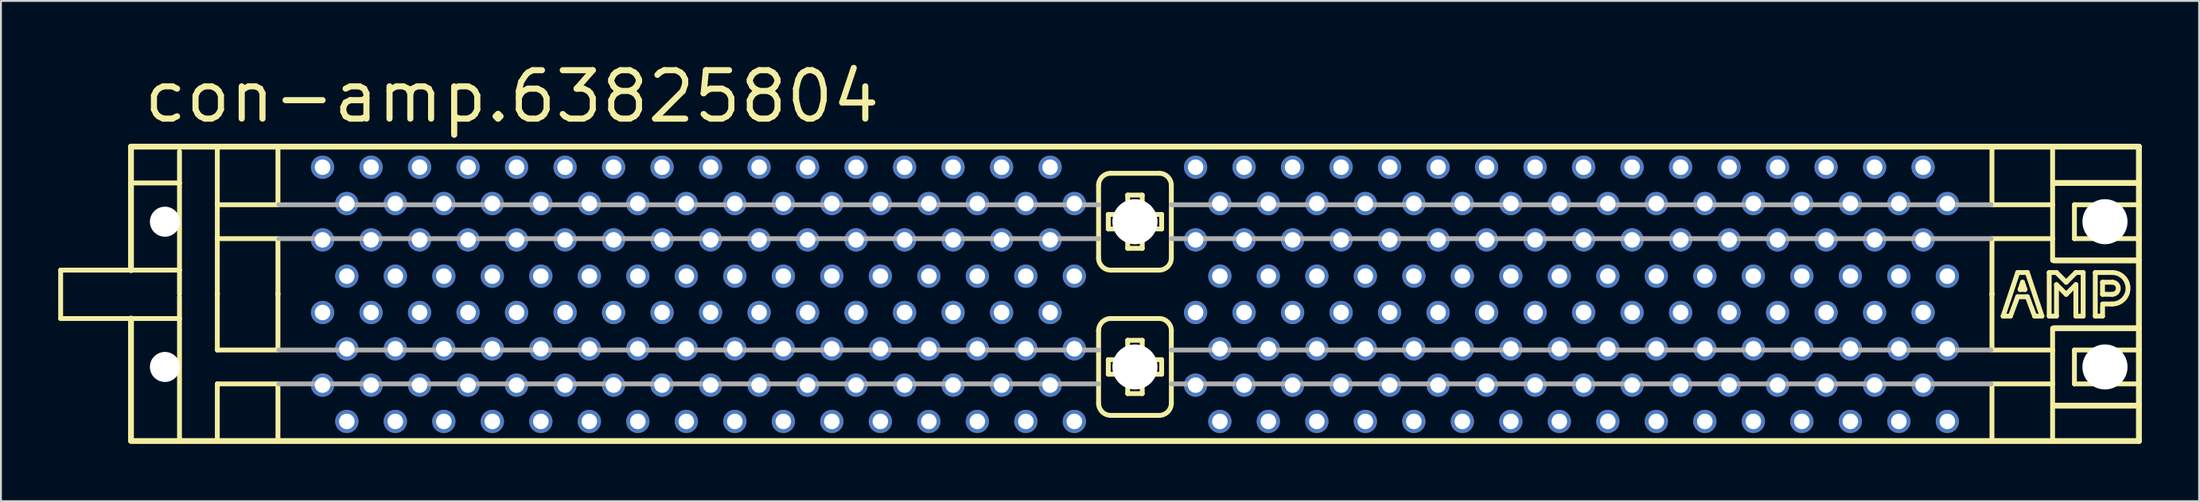
<source format=kicad_pcb>
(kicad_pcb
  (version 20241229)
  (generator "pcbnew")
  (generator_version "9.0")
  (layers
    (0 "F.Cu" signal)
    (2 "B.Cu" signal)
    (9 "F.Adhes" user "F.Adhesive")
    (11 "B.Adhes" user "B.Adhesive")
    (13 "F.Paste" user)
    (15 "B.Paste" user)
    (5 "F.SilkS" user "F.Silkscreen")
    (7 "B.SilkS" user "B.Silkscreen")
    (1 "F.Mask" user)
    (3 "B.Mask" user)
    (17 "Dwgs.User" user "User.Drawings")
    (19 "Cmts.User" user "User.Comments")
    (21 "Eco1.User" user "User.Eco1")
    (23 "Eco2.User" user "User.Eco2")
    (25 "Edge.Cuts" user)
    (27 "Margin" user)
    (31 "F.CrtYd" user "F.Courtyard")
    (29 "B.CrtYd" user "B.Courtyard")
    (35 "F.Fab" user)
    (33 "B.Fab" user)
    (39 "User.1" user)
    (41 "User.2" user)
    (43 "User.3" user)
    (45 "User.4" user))
  (footprint "con-amp.63825804"
    (layer "F.Cu")
    (at 56.388 12.39)
    (property "Reference" "con-amp.63825804" (at -52.07 -8.89 0) (layer "F.SilkS") (effects (font (size 2.54 2.54) (thickness 0.32)) (justify left bottom)))
    (attr through_hole)
    (fp_line (start -56.261 -1.27) (end -56.261 1.27) (stroke (width 0.254) (type default)) (layer "F.SilkS"))
    (fp_line (start -56.261 1.27) (end -52.578 1.27) (stroke (width 0.254) (type default)) (layer "F.SilkS"))
    (fp_line (start -52.578 -7.747) (end -52.578 -1.27) (stroke (width 0.305) (type default)) (layer "F.SilkS"))
    (fp_line (start -52.578 -7.747) (end 52.578 -7.747) (stroke (width 0.305) (type default)) (layer "F.SilkS"))
    (fp_line (start -52.578 -1.27) (end -56.261 -1.27) (stroke (width 0.254) (type default)) (layer "F.SilkS"))
    (fp_line (start -52.578 -1.27) (end -50.038 -1.27) (stroke (width 0.254) (type default)) (layer "F.SilkS"))
    (fp_line (start -52.578 1.27) (end -52.578 7.62) (stroke (width 0.305) (type default)) (layer "F.SilkS"))
    (fp_line (start -52.578 1.27) (end -50.038 1.27) (stroke (width 0.254) (type default)) (layer "F.SilkS"))
    (fp_line (start -52.451 -5.842) (end -50.038 -5.842) (stroke (width 0.254) (type default)) (layer "F.SilkS"))
    (fp_line (start -50.038 -7.493) (end -50.038 -5.842) (stroke (width 0.254) (type default)) (layer "F.SilkS"))
    (fp_line (start -50.038 -5.842) (end -50.038 -1.27) (stroke (width 0.254) (type default)) (layer "F.SilkS"))
    (fp_line (start -50.038 -1.27) (end -50.038 0) (stroke (width 0.254) (type default)) (layer "F.SilkS"))
    (fp_line (start -50.038 0.127) (end -50.038 1.27) (stroke (width 0.254) (type default)) (layer "F.SilkS"))
    (fp_line (start -50.038 1.27) (end -50.038 7.62) (stroke (width 0.254) (type default)) (layer "F.SilkS"))
    (fp_line (start -48.057 -7.671) (end -48.057 -4.699) (stroke (width 0.254) (type default)) (layer "F.SilkS"))
    (fp_line (start -48.057 -4.699) (end -48.057 -2.921) (stroke (width 0.254) (type default)) (layer "F.SilkS"))
    (fp_line (start -48.057 -4.699) (end -44.958 -4.699) (stroke (width 0.254) (type default)) (layer "F.SilkS"))
    (fp_line (start -48.057 -2.921) (end -48.057 0) (stroke (width 0.254) (type default)) (layer "F.SilkS"))
    (fp_line (start -48.057 -2.921) (end -44.958 -2.921) (stroke (width 0.254) (type default)) (layer "F.SilkS"))
    (fp_line (start -48.057 -0.051) (end -48.057 0) (stroke (width 0.254) (type default)) (layer "F.SilkS"))
    (fp_line (start -48.057 0) (end -48.057 2.921) (stroke (width 0.254) (type default)) (layer "F.SilkS"))
    (fp_line (start -48.057 2.921) (end -44.958 2.921) (stroke (width 0.254) (type default)) (layer "F.SilkS"))
    (fp_line (start -48.057 4.699) (end -48.057 7.62) (stroke (width 0.254) (type default)) (layer "F.SilkS"))
    (fp_line (start -48.057 4.699) (end -44.958 4.699) (stroke (width 0.254) (type default)) (layer "F.SilkS"))
    (fp_line (start -44.882 -7.671) (end -44.882 -4.699) (stroke (width 0.254) (type default)) (layer "F.SilkS"))
    (fp_line (start -44.882 -2.921) (end -44.882 0) (stroke (width 0.254) (type default)) (layer "F.SilkS"))
    (fp_line (start -44.882 -0.051) (end -44.882 0) (stroke (width 0.254) (type default)) (layer "F.SilkS"))
    (fp_line (start -44.882 0) (end -44.882 2.921) (stroke (width 0.254) (type default)) (layer "F.SilkS"))
    (fp_line (start -44.882 4.699) (end -44.882 7.62) (stroke (width 0.254) (type default)) (layer "F.SilkS"))
    (fp_line (start -1.905 -5.715) (end -1.905 -1.905) (stroke (width 0.254) (type default)) (layer "F.SilkS"))
    (fp_line (start -1.905 1.905) (end -1.905 5.715) (stroke (width 0.254) (type default)) (layer "F.SilkS"))
    (fp_line (start -1.397 -4.191) (end -1.397 -3.429) (stroke (width 0.254) (type default)) (layer "F.SilkS"))
    (fp_line (start -1.397 -3.429) (end -0.381 -3.429) (stroke (width 0.254) (type default)) (layer "F.SilkS"))
    (fp_line (start -1.397 3.429) (end -1.397 4.191) (stroke (width 0.254) (type default)) (layer "F.SilkS"))
    (fp_line (start -1.397 4.191) (end -0.381 4.191) (stroke (width 0.254) (type default)) (layer "F.SilkS"))
    (fp_line (start -1.27 -1.27) (end 1.27 -1.27) (stroke (width 0.254) (type default)) (layer "F.SilkS"))
    (fp_line (start -1.27 6.35) (end 1.27 6.35) (stroke (width 0.254) (type default)) (layer "F.SilkS"))
    (fp_line (start -0.381 -5.207) (end -0.381 -4.191) (stroke (width 0.254) (type default)) (layer "F.SilkS"))
    (fp_line (start -0.381 -4.191) (end -1.397 -4.191) (stroke (width 0.254) (type default)) (layer "F.SilkS"))
    (fp_line (start -0.381 -3.429) (end -0.381 -2.413) (stroke (width 0.254) (type default)) (layer "F.SilkS"))
    (fp_line (start -0.381 -2.413) (end 0.381 -2.413) (stroke (width 0.254) (type default)) (layer "F.SilkS"))
    (fp_line (start -0.381 2.413) (end -0.381 3.429) (stroke (width 0.254) (type default)) (layer "F.SilkS"))
    (fp_line (start -0.381 3.429) (end -1.397 3.429) (stroke (width 0.254) (type default)) (layer "F.SilkS"))
    (fp_line (start -0.381 4.191) (end -0.381 5.207) (stroke (width 0.254) (type default)) (layer "F.SilkS"))
    (fp_line (start -0.381 5.207) (end 0.381 5.207) (stroke (width 0.254) (type default)) (layer "F.SilkS"))
    (fp_line (start 0.381 -5.207) (end -0.381 -5.207) (stroke (width 0.254) (type default)) (layer "F.SilkS"))
    (fp_line (start 0.381 -4.191) (end 0.381 -5.207) (stroke (width 0.254) (type default)) (layer "F.SilkS"))
    (fp_line (start 0.381 -3.429) (end 1.397 -3.429) (stroke (width 0.254) (type default)) (layer "F.SilkS"))
    (fp_line (start 0.381 -2.413) (end 0.381 -3.429) (stroke (width 0.254) (type default)) (layer "F.SilkS"))
    (fp_line (start 0.381 2.413) (end -0.381 2.413) (stroke (width 0.254) (type default)) (layer "F.SilkS"))
    (fp_line (start 0.381 3.429) (end 0.381 2.413) (stroke (width 0.254) (type default)) (layer "F.SilkS"))
    (fp_line (start 0.381 4.191) (end 1.397 4.191) (stroke (width 0.254) (type default)) (layer "F.SilkS"))
    (fp_line (start 0.381 5.207) (end 0.381 4.191) (stroke (width 0.254) (type default)) (layer "F.SilkS"))
    (fp_line (start 1.27 -6.35) (end -1.27 -6.35) (stroke (width 0.254) (type default)) (layer "F.SilkS"))
    (fp_line (start 1.27 1.27) (end -1.27 1.27) (stroke (width 0.254) (type default)) (layer "F.SilkS"))
    (fp_line (start 1.397 -4.191) (end 0.381 -4.191) (stroke (width 0.254) (type default)) (layer "F.SilkS"))
    (fp_line (start 1.397 -3.429) (end 1.397 -4.191) (stroke (width 0.254) (type default)) (layer "F.SilkS"))
    (fp_line (start 1.397 3.429) (end 0.381 3.429) (stroke (width 0.254) (type default)) (layer "F.SilkS"))
    (fp_line (start 1.397 4.191) (end 1.397 3.429) (stroke (width 0.254) (type default)) (layer "F.SilkS"))
    (fp_line (start 1.905 -1.905) (end 1.905 -5.715) (stroke (width 0.254) (type default)) (layer "F.SilkS"))
    (fp_line (start 1.905 5.715) (end 1.905 1.905) (stroke (width 0.254) (type default)) (layer "F.SilkS"))
    (fp_line (start 44.882 -7.671) (end 44.882 -4.699) (stroke (width 0.254) (type default)) (layer "F.SilkS"))
    (fp_line (start 44.882 -2.921) (end 44.882 0) (stroke (width 0.254) (type default)) (layer "F.SilkS"))
    (fp_line (start 44.882 -0.051) (end 44.882 0) (stroke (width 0.254) (type default)) (layer "F.SilkS"))
    (fp_line (start 44.882 0) (end 44.882 2.921) (stroke (width 0.254) (type default)) (layer "F.SilkS"))
    (fp_line (start 44.882 4.699) (end 44.882 7.62) (stroke (width 0.254) (type default)) (layer "F.SilkS"))
    (fp_line (start 45.466 1.143) (end 46.228 -1.143) (stroke (width 0.254) (type default)) (layer "F.SilkS"))
    (fp_line (start 45.847 1.143) (end 45.466 1.143) (stroke (width 0.254) (type default)) (layer "F.SilkS"))
    (fp_line (start 46.228 -1.143) (end 46.736 -1.143) (stroke (width 0.254) (type default)) (layer "F.SilkS"))
    (fp_line (start 46.228 0.127) (end 45.847 1.143) (stroke (width 0.254) (type default)) (layer "F.SilkS"))
    (fp_line (start 46.355 -0.254) (end 46.609 -0.254) (stroke (width 0.254) (type default)) (layer "F.SilkS"))
    (fp_line (start 46.482 -0.635) (end 46.355 -0.254) (stroke (width 0.254) (type default)) (layer "F.SilkS"))
    (fp_line (start 46.609 -0.254) (end 46.482 -0.635) (stroke (width 0.254) (type default)) (layer "F.SilkS"))
    (fp_line (start 46.736 -1.143) (end 47.498 1.143) (stroke (width 0.254) (type default)) (layer "F.SilkS"))
    (fp_line (start 46.736 0.127) (end 46.228 0.127) (stroke (width 0.254) (type default)) (layer "F.SilkS"))
    (fp_line (start 47.117 1.143) (end 46.736 0.127) (stroke (width 0.254) (type default)) (layer "F.SilkS"))
    (fp_line (start 47.498 1.143) (end 47.117 1.143) (stroke (width 0.254) (type default)) (layer "F.SilkS"))
    (fp_line (start 47.879 -1.143) (end 48.26 -1.143) (stroke (width 0.254) (type default)) (layer "F.SilkS"))
    (fp_line (start 47.879 1.143) (end 47.879 -1.143) (stroke (width 0.254) (type default)) (layer "F.SilkS"))
    (fp_line (start 48.057 -7.671) (end 48.057 -4.699) (stroke (width 0.254) (type default)) (layer "F.SilkS"))
    (fp_line (start 48.057 -4.699) (end 44.958 -4.699) (stroke (width 0.254) (type default)) (layer "F.SilkS"))
    (fp_line (start 48.057 -4.699) (end 48.057 -2.921) (stroke (width 0.254) (type default)) (layer "F.SilkS"))
    (fp_line (start 48.057 -2.921) (end 44.958 -2.921) (stroke (width 0.254) (type default)) (layer "F.SilkS"))
    (fp_line (start 48.057 -2.921) (end 48.057 -1.778) (stroke (width 0.254) (type default)) (layer "F.SilkS"))
    (fp_line (start 48.057 1.778) (end 48.057 2.921) (stroke (width 0.254) (type default)) (layer "F.SilkS"))
    (fp_line (start 48.057 2.921) (end 44.958 2.921) (stroke (width 0.254) (type default)) (layer "F.SilkS"))
    (fp_line (start 48.057 2.921) (end 48.057 4.699) (stroke (width 0.254) (type default)) (layer "F.SilkS"))
    (fp_line (start 48.057 4.699) (end 44.958 4.699) (stroke (width 0.254) (type default)) (layer "F.SilkS"))
    (fp_line (start 48.057 4.699) (end 48.057 7.62) (stroke (width 0.254) (type default)) (layer "F.SilkS"))
    (fp_line (start 48.26 -1.143) (end 48.768 -0.635) (stroke (width 0.254) (type default)) (layer "F.SilkS"))
    (fp_line (start 48.26 -0.508) (end 48.26 1.143) (stroke (width 0.254) (type default)) (layer "F.SilkS"))
    (fp_line (start 48.26 1.143) (end 47.879 1.143) (stroke (width 0.254) (type default)) (layer "F.SilkS"))
    (fp_line (start 48.768 -0.635) (end 49.276 -1.143) (stroke (width 0.254) (type default)) (layer "F.SilkS"))
    (fp_line (start 48.768 0) (end 48.26 -0.508) (stroke (width 0.254) (type default)) (layer "F.SilkS"))
    (fp_line (start 49.2 -4.699) (end 49.2 -2.921) (stroke (width 0.254) (type default)) (layer "F.SilkS"))
    (fp_line (start 49.2 2.921) (end 49.2 4.699) (stroke (width 0.254) (type default)) (layer "F.SilkS"))
    (fp_line (start 49.276 -1.143) (end 49.657 -1.143) (stroke (width 0.254) (type default)) (layer "F.SilkS"))
    (fp_line (start 49.276 -0.508) (end 48.768 0) (stroke (width 0.254) (type default)) (layer "F.SilkS"))
    (fp_line (start 49.276 1.143) (end 49.276 -0.508) (stroke (width 0.254) (type default)) (layer "F.SilkS"))
    (fp_line (start 49.657 -1.143) (end 49.657 1.143) (stroke (width 0.254) (type default)) (layer "F.SilkS"))
    (fp_line (start 49.657 1.143) (end 49.276 1.143) (stroke (width 0.254) (type default)) (layer "F.SilkS"))
    (fp_line (start 50.292 -1.143) (end 51.181 -1.143) (stroke (width 0.254) (type default)) (layer "F.SilkS"))
    (fp_line (start 50.292 1.143) (end 50.292 -1.143) (stroke (width 0.254) (type default)) (layer "F.SilkS"))
    (fp_line (start 50.292 1.143) (end 50.673 1.143) (stroke (width 0.254) (type default)) (layer "F.SilkS"))
    (fp_line (start 50.673 -0.635) (end 51.181 -0.635) (stroke (width 0.254) (type default)) (layer "F.SilkS"))
    (fp_line (start 50.673 0) (end 50.673 -0.635) (stroke (width 0.254) (type default)) (layer "F.SilkS"))
    (fp_line (start 50.673 0.508) (end 51.181 0.508) (stroke (width 0.254) (type default)) (layer "F.SilkS"))
    (fp_line (start 50.673 1.143) (end 50.673 0.635) (stroke (width 0.254) (type default)) (layer "F.SilkS"))
    (fp_line (start 51.181 0) (end 50.673 0) (stroke (width 0.254) (type default)) (layer "F.SilkS"))
    (fp_line (start 52.578 -7.747) (end 52.578 -5.842) (stroke (width 0.305) (type default)) (layer "F.SilkS"))
    (fp_line (start 52.578 -5.842) (end 48.133 -5.842) (stroke (width 0.305) (type default)) (layer "F.SilkS"))
    (fp_line (start 52.578 -5.842) (end 52.578 -4.699) (stroke (width 0.305) (type default)) (layer "F.SilkS"))
    (fp_line (start 52.578 -4.699) (end 49.2 -4.699) (stroke (width 0.254) (type default)) (layer "F.SilkS"))
    (fp_line (start 52.578 -4.699) (end 52.578 -2.921) (stroke (width 0.305) (type default)) (layer "F.SilkS"))
    (fp_line (start 52.578 -2.921) (end 49.2 -2.921) (stroke (width 0.254) (type default)) (layer "F.SilkS"))
    (fp_line (start 52.578 -2.921) (end 52.578 -1.778) (stroke (width 0.305) (type default)) (layer "F.SilkS"))
    (fp_line (start 52.578 -1.778) (end 48.133 -1.778) (stroke (width 0.305) (type default)) (layer "F.SilkS"))
    (fp_line (start 52.578 -1.778) (end 52.578 1.778) (stroke (width 0.305) (type default)) (layer "F.SilkS"))
    (fp_line (start 52.578 1.778) (end 48.133 1.778) (stroke (width 0.305) (type default)) (layer "F.SilkS"))
    (fp_line (start 52.578 1.778) (end 52.578 2.921) (stroke (width 0.305) (type default)) (layer "F.SilkS"))
    (fp_line (start 52.578 2.921) (end 49.2 2.921) (stroke (width 0.254) (type default)) (layer "F.SilkS"))
    (fp_line (start 52.578 2.921) (end 52.578 4.699) (stroke (width 0.305) (type default)) (layer "F.SilkS"))
    (fp_line (start 52.578 4.699) (end 49.2 4.699) (stroke (width 0.254) (type default)) (layer "F.SilkS"))
    (fp_line (start 52.578 4.699) (end 52.578 5.842) (stroke (width 0.305) (type default)) (layer "F.SilkS"))
    (fp_line (start 52.578 5.842) (end 48.133 5.842) (stroke (width 0.305) (type default)) (layer "F.SilkS"))
    (fp_line (start 52.578 5.842) (end 52.578 7.696) (stroke (width 0.305) (type default)) (layer "F.SilkS"))
    (fp_line (start 52.578 7.696) (end -52.578 7.696) (stroke (width 0.305) (type default)) (layer "F.SilkS"))
    (fp_arc (start -1.905 -5.715) (mid -1.719013 -6.164013) (end -1.27 -6.35) (stroke (width 0.254) (type default)) (layer "F.SilkS"))
    (fp_arc (start -1.905 1.905) (mid -1.719013 1.455987) (end -1.27 1.27) (stroke (width 0.254) (type default)) (layer "F.SilkS"))
    (fp_arc (start -1.27 -1.27) (mid -1.719013 -1.455987) (end -1.905 -1.905) (stroke (width 0.254) (type default)) (layer "F.SilkS"))
    (fp_arc (start -1.27 6.35) (mid -1.719013 6.164013) (end -1.905 5.715) (stroke (width 0.254) (type default)) (layer "F.SilkS"))
    (fp_arc (start 1.27 -6.35) (mid 1.719013 -6.164013) (end 1.905 -5.715) (stroke (width 0.254) (type default)) (layer "F.SilkS"))
    (fp_arc (start 1.27 1.27) (mid 1.719013 1.455987) (end 1.905 1.905) (stroke (width 0.254) (type default)) (layer "F.SilkS"))
    (fp_arc (start 1.905 -1.905) (mid 1.719013 -1.455987) (end 1.27 -1.27) (stroke (width 0.254) (type default)) (layer "F.SilkS"))
    (fp_arc (start 1.905 5.715) (mid 1.719013 6.164013) (end 1.27 6.35) (stroke (width 0.254) (type default)) (layer "F.SilkS"))
    (fp_arc (start 51.181 -1.143) (mid 52.0065 -0.3175) (end 51.181 0.508) (stroke (width 0.254) (type default)) (layer "F.SilkS"))
    (fp_arc (start 51.181 -0.635) (mid 51.4985 -0.3175) (end 51.181 0) (stroke (width 0.254) (type default)) (layer "F.SilkS"))
    (fp_line (start -44.831 -4.699) (end -1.905 -4.699) (stroke (width 0.254) (type default)) (layer "F.Fab"))
    (fp_line (start -44.831 -2.921) (end -1.905 -2.921) (stroke (width 0.254) (type default)) (layer "F.Fab"))
    (fp_line (start -44.831 2.921) (end -1.905 2.921) (stroke (width 0.254) (type default)) (layer "F.Fab"))
    (fp_line (start -44.831 4.699) (end -1.905 4.699) (stroke (width 0.254) (type default)) (layer "F.Fab"))
    (fp_line (start 1.905 -4.699) (end 44.831 -4.699) (stroke (width 0.254) (type default)) (layer "F.Fab"))
    (fp_line (start 1.905 -2.921) (end 44.831 -2.921) (stroke (width 0.254) (type default)) (layer "F.Fab"))
    (fp_line (start 1.905 2.921) (end 44.831 2.921) (stroke (width 0.254) (type default)) (layer "F.Fab"))
    (fp_line (start 1.905 4.699) (end 44.831 4.699) (stroke (width 0.254) (type default)) (layer "F.Fab"))
    (pad "" np_thru_hole circle (at -50.8 -3.81) (size 1.575 1.575) (drill 1.575) (layers "*.Cu" "*.Mask"))
    (pad "" np_thru_hole circle (at -50.8 3.81) (size 1.575 1.575) (drill 1.575) (layers "*.Cu" "*.Mask"))
    (pad "" np_thru_hole circle (at 0 -3.81) (size 2.362 2.362) (drill 2.362) (layers "*.Cu" "*.Mask"))
    (pad "" np_thru_hole circle (at 0 3.81) (size 2.362 2.362) (drill 2.362) (layers "*.Cu" "*.Mask"))
    (pad "" np_thru_hole circle (at 50.8 -3.81) (size 2.362 2.362) (drill 2.362) (layers "*.Cu" "*.Mask"))
    (pad "" np_thru_hole circle (at 50.8 3.81) (size 2.362 2.362) (drill 2.362) (layers "*.Cu" "*.Mask"))
    (pad "1" thru_hole circle (at -42.545 4.763) (size 1.219 1.219) (drill 0.813) (layers "*.Cu" "*.Mask"))
    (pad "2" thru_hole circle (at -41.275 6.668) (size 1.219 1.219) (drill 0.813) (layers "*.Cu" "*.Mask"))
    (pad "3" thru_hole circle (at -40.005 4.763) (size 1.219 1.219) (drill 0.813) (layers "*.Cu" "*.Mask"))
    (pad "4" thru_hole circle (at -38.735 6.668) (size 1.219 1.219) (drill 0.813) (layers "*.Cu" "*.Mask"))
    (pad "5" thru_hole circle (at -37.465 4.763) (size 1.219 1.219) (drill 0.813) (layers "*.Cu" "*.Mask"))
    (pad "6" thru_hole circle (at -36.195 6.668) (size 1.219 1.219) (drill 0.813) (layers "*.Cu" "*.Mask"))
    (pad "7" thru_hole circle (at -34.925 4.763) (size 1.219 1.219) (drill 0.813) (layers "*.Cu" "*.Mask"))
    (pad "8" thru_hole circle (at -33.655 6.668) (size 1.219 1.219) (drill 0.813) (layers "*.Cu" "*.Mask"))
    (pad "9" thru_hole circle (at -32.385 4.763) (size 1.219 1.219) (drill 0.813) (layers "*.Cu" "*.Mask"))
    (pad "10" thru_hole circle (at -31.115 6.668) (size 1.219 1.219) (drill 0.813) (layers "*.Cu" "*.Mask"))
    (pad "11" thru_hole circle (at -29.845 4.763) (size 1.219 1.219) (drill 0.813) (layers "*.Cu" "*.Mask"))
    (pad "12" thru_hole circle (at -28.575 6.668) (size 1.219 1.219) (drill 0.813) (layers "*.Cu" "*.Mask"))
    (pad "13" thru_hole circle (at -27.305 4.763) (size 1.219 1.219) (drill 0.813) (layers "*.Cu" "*.Mask"))
    (pad "14" thru_hole circle (at -26.035 6.668) (size 1.219 1.219) (drill 0.813) (layers "*.Cu" "*.Mask"))
    (pad "15" thru_hole circle (at -24.765 4.763) (size 1.219 1.219) (drill 0.813) (layers "*.Cu" "*.Mask"))
    (pad "16" thru_hole circle (at -23.495 6.668) (size 1.219 1.219) (drill 0.813) (layers "*.Cu" "*.Mask"))
    (pad "17" thru_hole circle (at -22.225 4.763) (size 1.219 1.219) (drill 0.813) (layers "*.Cu" "*.Mask"))
    (pad "18" thru_hole circle (at -20.955 6.668) (size 1.219 1.219) (drill 0.813) (layers "*.Cu" "*.Mask"))
    (pad "19" thru_hole circle (at -19.685 4.763) (size 1.219 1.219) (drill 0.813) (layers "*.Cu" "*.Mask"))
    (pad "20" thru_hole circle (at -18.415 6.668) (size 1.219 1.219) (drill 0.813) (layers "*.Cu" "*.Mask"))
    (pad "21" thru_hole circle (at -17.145 4.763) (size 1.219 1.219) (drill 0.813) (layers "*.Cu" "*.Mask"))
    (pad "22" thru_hole circle (at -15.875 6.668) (size 1.219 1.219) (drill 0.813) (layers "*.Cu" "*.Mask"))
    (pad "23" thru_hole circle (at -14.605 4.763) (size 1.219 1.219) (drill 0.813) (layers "*.Cu" "*.Mask"))
    (pad "24" thru_hole circle (at -13.335 6.668) (size 1.219 1.219) (drill 0.813) (layers "*.Cu" "*.Mask"))
    (pad "25" thru_hole circle (at -12.065 4.763) (size 1.219 1.219) (drill 0.813) (layers "*.Cu" "*.Mask"))
    (pad "26" thru_hole circle (at -10.795 6.668) (size 1.219 1.219) (drill 0.813) (layers "*.Cu" "*.Mask"))
    (pad "27" thru_hole circle (at -9.525 4.763) (size 1.219 1.219) (drill 0.813) (layers "*.Cu" "*.Mask"))
    (pad "28" thru_hole circle (at -8.255 6.668) (size 1.219 1.219) (drill 0.813) (layers "*.Cu" "*.Mask"))
    (pad "29" thru_hole circle (at -6.985 4.763) (size 1.219 1.219) (drill 0.813) (layers "*.Cu" "*.Mask"))
    (pad "30" thru_hole circle (at -5.715 6.668) (size 1.219 1.219) (drill 0.813) (layers "*.Cu" "*.Mask"))
    (pad "31" thru_hole circle (at -4.445 4.763) (size 1.219 1.219) (drill 0.813) (layers "*.Cu" "*.Mask"))
    (pad "32" thru_hole circle (at -3.175 6.668) (size 1.219 1.219) (drill 0.813) (layers "*.Cu" "*.Mask"))
    (pad "33" thru_hole circle (at 3.175 4.763) (size 1.219 1.219) (drill 0.813) (layers "*.Cu" "*.Mask"))
    (pad "34" thru_hole circle (at 4.445 6.668) (size 1.219 1.219) (drill 0.813) (layers "*.Cu" "*.Mask"))
    (pad "35" thru_hole circle (at 5.715 4.763) (size 1.219 1.219) (drill 0.813) (layers "*.Cu" "*.Mask"))
    (pad "36" thru_hole circle (at 6.985 6.668) (size 1.219 1.219) (drill 0.813) (layers "*.Cu" "*.Mask"))
    (pad "37" thru_hole circle (at 8.255 4.763) (size 1.219 1.219) (drill 0.813) (layers "*.Cu" "*.Mask"))
    (pad "38" thru_hole circle (at 9.525 6.668) (size 1.219 1.219) (drill 0.813) (layers "*.Cu" "*.Mask"))
    (pad "39" thru_hole circle (at 10.795 4.763) (size 1.219 1.219) (drill 0.813) (layers "*.Cu" "*.Mask"))
    (pad "40" thru_hole circle (at 12.065 6.668) (size 1.219 1.219) (drill 0.813) (layers "*.Cu" "*.Mask"))
    (pad "41" thru_hole circle (at 13.335 4.763) (size 1.219 1.219) (drill 0.813) (layers "*.Cu" "*.Mask"))
    (pad "42" thru_hole circle (at 14.605 6.668) (size 1.219 1.219) (drill 0.813) (layers "*.Cu" "*.Mask"))
    (pad "43" thru_hole circle (at 15.875 4.763) (size 1.219 1.219) (drill 0.813) (layers "*.Cu" "*.Mask"))
    (pad "44" thru_hole circle (at 17.145 6.668) (size 1.219 1.219) (drill 0.813) (layers "*.Cu" "*.Mask"))
    (pad "45" thru_hole circle (at 18.415 4.763) (size 1.219 1.219) (drill 0.813) (layers "*.Cu" "*.Mask"))
    (pad "46" thru_hole circle (at 19.685 6.668) (size 1.219 1.219) (drill 0.813) (layers "*.Cu" "*.Mask"))
    (pad "47" thru_hole circle (at 20.955 4.763) (size 1.219 1.219) (drill 0.813) (layers "*.Cu" "*.Mask"))
    (pad "48" thru_hole circle (at 22.225 6.668) (size 1.219 1.219) (drill 0.813) (layers "*.Cu" "*.Mask"))
    (pad "49" thru_hole circle (at 23.495 4.763) (size 1.219 1.219) (drill 0.813) (layers "*.Cu" "*.Mask"))
    (pad "50" thru_hole circle (at 24.765 6.668) (size 1.219 1.219) (drill 0.813) (layers "*.Cu" "*.Mask"))
    (pad "51" thru_hole circle (at 26.035 4.763) (size 1.219 1.219) (drill 0.813) (layers "*.Cu" "*.Mask"))
    (pad "52" thru_hole circle (at 27.305 6.668) (size 1.219 1.219) (drill 0.813) (layers "*.Cu" "*.Mask"))
    (pad "53" thru_hole circle (at 28.575 4.763) (size 1.219 1.219) (drill 0.813) (layers "*.Cu" "*.Mask"))
    (pad "54" thru_hole circle (at 29.845 6.668) (size 1.219 1.219) (drill 0.813) (layers "*.Cu" "*.Mask"))
    (pad "55" thru_hole circle (at 31.115 4.763) (size 1.219 1.219) (drill 0.813) (layers "*.Cu" "*.Mask"))
    (pad "56" thru_hole circle (at 32.385 6.668) (size 1.219 1.219) (drill 0.813) (layers "*.Cu" "*.Mask"))
    (pad "57" thru_hole circle (at 33.655 4.763) (size 1.219 1.219) (drill 0.813) (layers "*.Cu" "*.Mask"))
    (pad "58" thru_hole circle (at 34.925 6.668) (size 1.219 1.219) (drill 0.813) (layers "*.Cu" "*.Mask"))
    (pad "59" thru_hole circle (at 36.195 4.763) (size 1.219 1.219) (drill 0.813) (layers "*.Cu" "*.Mask"))
    (pad "60" thru_hole circle (at 37.465 6.668) (size 1.219 1.219) (drill 0.813) (layers "*.Cu" "*.Mask"))
    (pad "61" thru_hole circle (at 38.735 4.763) (size 1.219 1.219) (drill 0.813) (layers "*.Cu" "*.Mask"))
    (pad "62" thru_hole circle (at 40.005 6.668) (size 1.219 1.219) (drill 0.813) (layers "*.Cu" "*.Mask"))
    (pad "63" thru_hole circle (at 41.275 4.763) (size 1.219 1.219) (drill 0.813) (layers "*.Cu" "*.Mask"))
    (pad "64" thru_hole circle (at 42.545 6.668) (size 1.219 1.219) (drill 0.813) (layers "*.Cu" "*.Mask"))
    (pad "65" thru_hole circle (at -42.545 0.953) (size 1.219 1.219) (drill 0.813) (layers "*.Cu" "*.Mask"))
    (pad "66" thru_hole circle (at -41.275 2.857) (size 1.219 1.219) (drill 0.813) (layers "*.Cu" "*.Mask"))
    (pad "67" thru_hole circle (at -40.005 0.953) (size 1.219 1.219) (drill 0.813) (layers "*.Cu" "*.Mask"))
    (pad "68" thru_hole circle (at -38.735 2.857) (size 1.219 1.219) (drill 0.813) (layers "*.Cu" "*.Mask"))
    (pad "69" thru_hole circle (at -37.465 0.953) (size 1.219 1.219) (drill 0.813) (layers "*.Cu" "*.Mask"))
    (pad "70" thru_hole circle (at -36.195 2.857) (size 1.219 1.219) (drill 0.813) (layers "*.Cu" "*.Mask"))
    (pad "71" thru_hole circle (at -34.925 0.953) (size 1.219 1.219) (drill 0.813) (layers "*.Cu" "*.Mask"))
    (pad "72" thru_hole circle (at -33.655 2.857) (size 1.219 1.219) (drill 0.813) (layers "*.Cu" "*.Mask"))
    (pad "73" thru_hole circle (at -32.385 0.953) (size 1.219 1.219) (drill 0.813) (layers "*.Cu" "*.Mask"))
    (pad "74" thru_hole circle (at -31.115 2.857) (size 1.219 1.219) (drill 0.813) (layers "*.Cu" "*.Mask"))
    (pad "75" thru_hole circle (at -29.845 0.953) (size 1.219 1.219) (drill 0.813) (layers "*.Cu" "*.Mask"))
    (pad "76" thru_hole circle (at -28.575 2.857) (size 1.219 1.219) (drill 0.813) (layers "*.Cu" "*.Mask"))
    (pad "77" thru_hole circle (at -27.305 0.953) (size 1.219 1.219) (drill 0.813) (layers "*.Cu" "*.Mask"))
    (pad "78" thru_hole circle (at -26.035 2.857) (size 1.219 1.219) (drill 0.813) (layers "*.Cu" "*.Mask"))
    (pad "79" thru_hole circle (at -24.765 0.953) (size 1.219 1.219) (drill 0.813) (layers "*.Cu" "*.Mask"))
    (pad "80" thru_hole circle (at -23.495 2.857) (size 1.219 1.219) (drill 0.813) (layers "*.Cu" "*.Mask"))
    (pad "81" thru_hole circle (at -22.225 0.953) (size 1.219 1.219) (drill 0.813) (layers "*.Cu" "*.Mask"))
    (pad "82" thru_hole circle (at -20.955 2.857) (size 1.219 1.219) (drill 0.813) (layers "*.Cu" "*.Mask"))
    (pad "83" thru_hole circle (at -19.685 0.953) (size 1.219 1.219) (drill 0.813) (layers "*.Cu" "*.Mask"))
    (pad "84" thru_hole circle (at -18.415 2.857) (size 1.219 1.219) (drill 0.813) (layers "*.Cu" "*.Mask"))
    (pad "85" thru_hole circle (at -17.145 0.953) (size 1.219 1.219) (drill 0.813) (layers "*.Cu" "*.Mask"))
    (pad "86" thru_hole circle (at -15.875 2.857) (size 1.219 1.219) (drill 0.813) (layers "*.Cu" "*.Mask"))
    (pad "87" thru_hole circle (at -14.605 0.953) (size 1.219 1.219) (drill 0.813) (layers "*.Cu" "*.Mask"))
    (pad "88" thru_hole circle (at -13.335 2.857) (size 1.219 1.219) (drill 0.813) (layers "*.Cu" "*.Mask"))
    (pad "89" thru_hole circle (at -12.065 0.953) (size 1.219 1.219) (drill 0.813) (layers "*.Cu" "*.Mask"))
    (pad "90" thru_hole circle (at -10.795 2.857) (size 1.219 1.219) (drill 0.813) (layers "*.Cu" "*.Mask"))
    (pad "91" thru_hole circle (at -9.525 0.953) (size 1.219 1.219) (drill 0.813) (layers "*.Cu" "*.Mask"))
    (pad "92" thru_hole circle (at -8.255 2.857) (size 1.219 1.219) (drill 0.813) (layers "*.Cu" "*.Mask"))
    (pad "93" thru_hole circle (at -6.985 0.953) (size 1.219 1.219) (drill 0.813) (layers "*.Cu" "*.Mask"))
    (pad "94" thru_hole circle (at -5.715 2.857) (size 1.219 1.219) (drill 0.813) (layers "*.Cu" "*.Mask"))
    (pad "95" thru_hole circle (at -4.445 0.953) (size 1.219 1.219) (drill 0.813) (layers "*.Cu" "*.Mask"))
    (pad "96" thru_hole circle (at -3.175 2.857) (size 1.219 1.219) (drill 0.813) (layers "*.Cu" "*.Mask"))
    (pad "97" thru_hole circle (at 3.175 0.953) (size 1.219 1.219) (drill 0.813) (layers "*.Cu" "*.Mask"))
    (pad "98" thru_hole circle (at 4.445 2.857) (size 1.219 1.219) (drill 0.813) (layers "*.Cu" "*.Mask"))
    (pad "99" thru_hole circle (at 5.715 0.953) (size 1.219 1.219) (drill 0.813) (layers "*.Cu" "*.Mask"))
    (pad "100" thru_hole circle (at 6.985 2.857) (size 1.219 1.219) (drill 0.813) (layers "*.Cu" "*.Mask"))
    (pad "101" thru_hole circle (at 8.255 0.953) (size 1.219 1.219) (drill 0.813) (layers "*.Cu" "*.Mask"))
    (pad "102" thru_hole circle (at 9.525 2.857) (size 1.219 1.219) (drill 0.813) (layers "*.Cu" "*.Mask"))
    (pad "103" thru_hole circle (at 10.795 0.953) (size 1.219 1.219) (drill 0.813) (layers "*.Cu" "*.Mask"))
    (pad "104" thru_hole circle (at 12.065 2.857) (size 1.219 1.219) (drill 0.813) (layers "*.Cu" "*.Mask"))
    (pad "105" thru_hole circle (at 13.335 0.953) (size 1.219 1.219) (drill 0.813) (layers "*.Cu" "*.Mask"))
    (pad "106" thru_hole circle (at 14.605 2.857) (size 1.219 1.219) (drill 0.813) (layers "*.Cu" "*.Mask"))
    (pad "107" thru_hole circle (at 15.875 0.953) (size 1.219 1.219) (drill 0.813) (layers "*.Cu" "*.Mask"))
    (pad "108" thru_hole circle (at 17.145 2.857) (size 1.219 1.219) (drill 0.813) (layers "*.Cu" "*.Mask"))
    (pad "109" thru_hole circle (at 18.415 0.953) (size 1.219 1.219) (drill 0.813) (layers "*.Cu" "*.Mask"))
    (pad "110" thru_hole circle (at 19.685 2.857) (size 1.219 1.219) (drill 0.813) (layers "*.Cu" "*.Mask"))
    (pad "111" thru_hole circle (at 20.955 0.953) (size 1.219 1.219) (drill 0.813) (layers "*.Cu" "*.Mask"))
    (pad "112" thru_hole circle (at 22.225 2.857) (size 1.219 1.219) (drill 0.813) (layers "*.Cu" "*.Mask"))
    (pad "113" thru_hole circle (at 23.495 0.953) (size 1.219 1.219) (drill 0.813) (layers "*.Cu" "*.Mask"))
    (pad "114" thru_hole circle (at 24.765 2.857) (size 1.219 1.219) (drill 0.813) (layers "*.Cu" "*.Mask"))
    (pad "115" thru_hole circle (at 26.035 0.953) (size 1.219 1.219) (drill 0.813) (layers "*.Cu" "*.Mask"))
    (pad "116" thru_hole circle (at 27.305 2.857) (size 1.219 1.219) (drill 0.813) (layers "*.Cu" "*.Mask"))
    (pad "117" thru_hole circle (at 28.575 0.953) (size 1.219 1.219) (drill 0.813) (layers "*.Cu" "*.Mask"))
    (pad "118" thru_hole circle (at 29.845 2.857) (size 1.219 1.219) (drill 0.813) (layers "*.Cu" "*.Mask"))
    (pad "119" thru_hole circle (at 31.115 0.953) (size 1.219 1.219) (drill 0.813) (layers "*.Cu" "*.Mask"))
    (pad "120" thru_hole circle (at 32.385 2.857) (size 1.219 1.219) (drill 0.813) (layers "*.Cu" "*.Mask"))
    (pad "121" thru_hole circle (at 33.655 0.953) (size 1.219 1.219) (drill 0.813) (layers "*.Cu" "*.Mask"))
    (pad "122" thru_hole circle (at 34.925 2.857) (size 1.219 1.219) (drill 0.813) (layers "*.Cu" "*.Mask"))
    (pad "123" thru_hole circle (at 36.195 0.953) (size 1.219 1.219) (drill 0.813) (layers "*.Cu" "*.Mask"))
    (pad "124" thru_hole circle (at 37.465 2.857) (size 1.219 1.219) (drill 0.813) (layers "*.Cu" "*.Mask"))
    (pad "125" thru_hole circle (at 38.735 0.953) (size 1.219 1.219) (drill 0.813) (layers "*.Cu" "*.Mask"))
    (pad "126" thru_hole circle (at 40.005 2.857) (size 1.219 1.219) (drill 0.813) (layers "*.Cu" "*.Mask"))
    (pad "127" thru_hole circle (at 41.275 0.953) (size 1.219 1.219) (drill 0.813) (layers "*.Cu" "*.Mask"))
    (pad "128" thru_hole circle (at 42.545 2.857) (size 1.219 1.219) (drill 0.813) (layers "*.Cu" "*.Mask"))
    (pad "129" thru_hole circle (at -42.545 -2.857) (size 1.219 1.219) (drill 0.813) (layers "*.Cu" "*.Mask"))
    (pad "130" thru_hole circle (at -41.275 -0.953) (size 1.219 1.219) (drill 0.813) (layers "*.Cu" "*.Mask"))
    (pad "131" thru_hole circle (at -40.005 -2.857) (size 1.219 1.219) (drill 0.813) (layers "*.Cu" "*.Mask"))
    (pad "132" thru_hole circle (at -38.735 -0.953) (size 1.219 1.219) (drill 0.813) (layers "*.Cu" "*.Mask"))
    (pad "133" thru_hole circle (at -37.465 -2.857) (size 1.219 1.219) (drill 0.813) (layers "*.Cu" "*.Mask"))
    (pad "134" thru_hole circle (at -36.195 -0.953) (size 1.219 1.219) (drill 0.813) (layers "*.Cu" "*.Mask"))
    (pad "135" thru_hole circle (at -34.925 -2.857) (size 1.219 1.219) (drill 0.813) (layers "*.Cu" "*.Mask"))
    (pad "136" thru_hole circle (at -33.655 -0.953) (size 1.219 1.219) (drill 0.813) (layers "*.Cu" "*.Mask"))
    (pad "137" thru_hole circle (at -32.385 -2.857) (size 1.219 1.219) (drill 0.813) (layers "*.Cu" "*.Mask"))
    (pad "138" thru_hole circle (at -31.115 -0.953) (size 1.219 1.219) (drill 0.813) (layers "*.Cu" "*.Mask"))
    (pad "139" thru_hole circle (at -29.845 -2.857) (size 1.219 1.219) (drill 0.813) (layers "*.Cu" "*.Mask"))
    (pad "140" thru_hole circle (at -28.575 -0.953) (size 1.219 1.219) (drill 0.813) (layers "*.Cu" "*.Mask"))
    (pad "141" thru_hole circle (at -27.305 -2.857) (size 1.219 1.219) (drill 0.813) (layers "*.Cu" "*.Mask"))
    (pad "142" thru_hole circle (at -26.035 -0.953) (size 1.219 1.219) (drill 0.813) (layers "*.Cu" "*.Mask"))
    (pad "143" thru_hole circle (at -24.765 -2.857) (size 1.219 1.219) (drill 0.813) (layers "*.Cu" "*.Mask"))
    (pad "144" thru_hole circle (at -23.495 -0.953) (size 1.219 1.219) (drill 0.813) (layers "*.Cu" "*.Mask"))
    (pad "145" thru_hole circle (at -22.225 -2.857) (size 1.219 1.219) (drill 0.813) (layers "*.Cu" "*.Mask"))
    (pad "146" thru_hole circle (at -20.955 -0.953) (size 1.219 1.219) (drill 0.813) (layers "*.Cu" "*.Mask"))
    (pad "147" thru_hole circle (at -19.685 -2.857) (size 1.219 1.219) (drill 0.813) (layers "*.Cu" "*.Mask"))
    (pad "148" thru_hole circle (at -18.415 -0.953) (size 1.219 1.219) (drill 0.813) (layers "*.Cu" "*.Mask"))
    (pad "149" thru_hole circle (at -17.145 -2.857) (size 1.219 1.219) (drill 0.813) (layers "*.Cu" "*.Mask"))
    (pad "150" thru_hole circle (at -15.875 -0.953) (size 1.219 1.219) (drill 0.813) (layers "*.Cu" "*.Mask"))
    (pad "151" thru_hole circle (at -14.605 -2.857) (size 1.219 1.219) (drill 0.813) (layers "*.Cu" "*.Mask"))
    (pad "152" thru_hole circle (at -13.335 -0.953) (size 1.219 1.219) (drill 0.813) (layers "*.Cu" "*.Mask"))
    (pad "153" thru_hole circle (at -12.065 -2.857) (size 1.219 1.219) (drill 0.813) (layers "*.Cu" "*.Mask"))
    (pad "154" thru_hole circle (at -10.795 -0.953) (size 1.219 1.219) (drill 0.813) (layers "*.Cu" "*.Mask"))
    (pad "155" thru_hole circle (at -9.525 -2.857) (size 1.219 1.219) (drill 0.813) (layers "*.Cu" "*.Mask"))
    (pad "156" thru_hole circle (at -8.255 -0.953) (size 1.219 1.219) (drill 0.813) (layers "*.Cu" "*.Mask"))
    (pad "157" thru_hole circle (at -6.985 -2.857) (size 1.219 1.219) (drill 0.813) (layers "*.Cu" "*.Mask"))
    (pad "158" thru_hole circle (at -5.715 -0.953) (size 1.219 1.219) (drill 0.813) (layers "*.Cu" "*.Mask"))
    (pad "159" thru_hole circle (at -4.445 -2.857) (size 1.219 1.219) (drill 0.813) (layers "*.Cu" "*.Mask"))
    (pad "160" thru_hole circle (at -3.175 -0.953) (size 1.219 1.219) (drill 0.813) (layers "*.Cu" "*.Mask"))
    (pad "161" thru_hole circle (at 3.175 -2.857) (size 1.219 1.219) (drill 0.813) (layers "*.Cu" "*.Mask"))
    (pad "162" thru_hole circle (at 4.445 -0.953) (size 1.219 1.219) (drill 0.813) (layers "*.Cu" "*.Mask"))
    (pad "163" thru_hole circle (at 5.715 -2.857) (size 1.219 1.219) (drill 0.813) (layers "*.Cu" "*.Mask"))
    (pad "164" thru_hole circle (at 6.985 -0.953) (size 1.219 1.219) (drill 0.813) (layers "*.Cu" "*.Mask"))
    (pad "165" thru_hole circle (at 8.255 -2.857) (size 1.219 1.219) (drill 0.813) (layers "*.Cu" "*.Mask"))
    (pad "166" thru_hole circle (at 9.525 -0.953) (size 1.219 1.219) (drill 0.813) (layers "*.Cu" "*.Mask"))
    (pad "167" thru_hole circle (at 10.795 -2.857) (size 1.219 1.219) (drill 0.813) (layers "*.Cu" "*.Mask"))
    (pad "168" thru_hole circle (at 12.065 -0.953) (size 1.219 1.219) (drill 0.813) (layers "*.Cu" "*.Mask"))
    (pad "169" thru_hole circle (at 13.335 -2.857) (size 1.219 1.219) (drill 0.813) (layers "*.Cu" "*.Mask"))
    (pad "170" thru_hole circle (at 14.605 -0.953) (size 1.219 1.219) (drill 0.813) (layers "*.Cu" "*.Mask"))
    (pad "171" thru_hole circle (at 15.875 -2.857) (size 1.219 1.219) (drill 0.813) (layers "*.Cu" "*.Mask"))
    (pad "172" thru_hole circle (at 17.145 -0.953) (size 1.219 1.219) (drill 0.813) (layers "*.Cu" "*.Mask"))
    (pad "173" thru_hole circle (at 18.415 -2.857) (size 1.219 1.219) (drill 0.813) (layers "*.Cu" "*.Mask"))
    (pad "174" thru_hole circle (at 19.685 -0.953) (size 1.219 1.219) (drill 0.813) (layers "*.Cu" "*.Mask"))
    (pad "175" thru_hole circle (at 20.955 -2.857) (size 1.219 1.219) (drill 0.813) (layers "*.Cu" "*.Mask"))
    (pad "176" thru_hole circle (at 22.225 -0.953) (size 1.219 1.219) (drill 0.813) (layers "*.Cu" "*.Mask"))
    (pad "177" thru_hole circle (at 23.495 -2.857) (size 1.219 1.219) (drill 0.813) (layers "*.Cu" "*.Mask"))
    (pad "178" thru_hole circle (at 24.765 -0.953) (size 1.219 1.219) (drill 0.813) (layers "*.Cu" "*.Mask"))
    (pad "179" thru_hole circle (at 26.035 -2.857) (size 1.219 1.219) (drill 0.813) (layers "*.Cu" "*.Mask"))
    (pad "180" thru_hole circle (at 27.305 -0.953) (size 1.219 1.219) (drill 0.813) (layers "*.Cu" "*.Mask"))
    (pad "181" thru_hole circle (at 28.575 -2.857) (size 1.219 1.219) (drill 0.813) (layers "*.Cu" "*.Mask"))
    (pad "182" thru_hole circle (at 29.845 -0.953) (size 1.219 1.219) (drill 0.813) (layers "*.Cu" "*.Mask"))
    (pad "183" thru_hole circle (at 31.115 -2.857) (size 1.219 1.219) (drill 0.813) (layers "*.Cu" "*.Mask"))
    (pad "184" thru_hole circle (at 32.385 -0.953) (size 1.219 1.219) (drill 0.813) (layers "*.Cu" "*.Mask"))
    (pad "185" thru_hole circle (at 33.655 -2.857) (size 1.219 1.219) (drill 0.813) (layers "*.Cu" "*.Mask"))
    (pad "186" thru_hole circle (at 34.925 -0.953) (size 1.219 1.219) (drill 0.813) (layers "*.Cu" "*.Mask"))
    (pad "187" thru_hole circle (at 36.195 -2.857) (size 1.219 1.219) (drill 0.813) (layers "*.Cu" "*.Mask"))
    (pad "188" thru_hole circle (at 37.465 -0.953) (size 1.219 1.219) (drill 0.813) (layers "*.Cu" "*.Mask"))
    (pad "189" thru_hole circle (at 38.735 -2.857) (size 1.219 1.219) (drill 0.813) (layers "*.Cu" "*.Mask"))
    (pad "190" thru_hole circle (at 40.005 -0.953) (size 1.219 1.219) (drill 0.813) (layers "*.Cu" "*.Mask"))
    (pad "191" thru_hole circle (at 41.275 -2.857) (size 1.219 1.219) (drill 0.813) (layers "*.Cu" "*.Mask"))
    (pad "192" thru_hole circle (at 42.545 -0.953) (size 1.219 1.219) (drill 0.813) (layers "*.Cu" "*.Mask"))
    (pad "193" thru_hole circle (at -42.545 -6.668) (size 1.219 1.219) (drill 0.813) (layers "*.Cu" "*.Mask"))
    (pad "194" thru_hole circle (at -41.275 -4.763) (size 1.219 1.219) (drill 0.813) (layers "*.Cu" "*.Mask"))
    (pad "195" thru_hole circle (at -40.005 -6.668) (size 1.219 1.219) (drill 0.813) (layers "*.Cu" "*.Mask"))
    (pad "196" thru_hole circle (at -38.735 -4.763) (size 1.219 1.219) (drill 0.813) (layers "*.Cu" "*.Mask"))
    (pad "197" thru_hole circle (at -37.465 -6.668) (size 1.219 1.219) (drill 0.813) (layers "*.Cu" "*.Mask"))
    (pad "198" thru_hole circle (at -36.195 -4.763) (size 1.219 1.219) (drill 0.813) (layers "*.Cu" "*.Mask"))
    (pad "199" thru_hole circle (at -34.925 -6.668) (size 1.219 1.219) (drill 0.813) (layers "*.Cu" "*.Mask"))
    (pad "200" thru_hole circle (at -33.655 -4.763) (size 1.219 1.219) (drill 0.813) (layers "*.Cu" "*.Mask"))
    (pad "201" thru_hole circle (at -32.385 -6.668) (size 1.219 1.219) (drill 0.813) (layers "*.Cu" "*.Mask"))
    (pad "202" thru_hole circle (at -31.115 -4.763) (size 1.219 1.219) (drill 0.813) (layers "*.Cu" "*.Mask"))
    (pad "203" thru_hole circle (at -29.845 -6.668) (size 1.219 1.219) (drill 0.813) (layers "*.Cu" "*.Mask"))
    (pad "204" thru_hole circle (at -28.575 -4.763) (size 1.219 1.219) (drill 0.813) (layers "*.Cu" "*.Mask"))
    (pad "205" thru_hole circle (at -27.305 -6.668) (size 1.219 1.219) (drill 0.813) (layers "*.Cu" "*.Mask"))
    (pad "206" thru_hole circle (at -26.035 -4.763) (size 1.219 1.219) (drill 0.813) (layers "*.Cu" "*.Mask"))
    (pad "207" thru_hole circle (at -24.765 -6.668) (size 1.219 1.219) (drill 0.813) (layers "*.Cu" "*.Mask"))
    (pad "208" thru_hole circle (at -23.495 -4.763) (size 1.219 1.219) (drill 0.813) (layers "*.Cu" "*.Mask"))
    (pad "209" thru_hole circle (at -22.225 -6.668) (size 1.219 1.219) (drill 0.813) (layers "*.Cu" "*.Mask"))
    (pad "210" thru_hole circle (at -20.955 -4.763) (size 1.219 1.219) (drill 0.813) (layers "*.Cu" "*.Mask"))
    (pad "211" thru_hole circle (at -19.685 -6.668) (size 1.219 1.219) (drill 0.813) (layers "*.Cu" "*.Mask"))
    (pad "212" thru_hole circle (at -18.415 -4.763) (size 1.219 1.219) (drill 0.813) (layers "*.Cu" "*.Mask"))
    (pad "213" thru_hole circle (at -17.145 -6.668) (size 1.219 1.219) (drill 0.813) (layers "*.Cu" "*.Mask"))
    (pad "214" thru_hole circle (at -15.875 -4.763) (size 1.219 1.219) (drill 0.813) (layers "*.Cu" "*.Mask"))
    (pad "215" thru_hole circle (at -14.605 -6.668) (size 1.219 1.219) (drill 0.813) (layers "*.Cu" "*.Mask"))
    (pad "216" thru_hole circle (at -13.335 -4.763) (size 1.219 1.219) (drill 0.813) (layers "*.Cu" "*.Mask"))
    (pad "217" thru_hole circle (at -12.065 -6.668) (size 1.219 1.219) (drill 0.813) (layers "*.Cu" "*.Mask"))
    (pad "218" thru_hole circle (at -10.795 -4.763) (size 1.219 1.219) (drill 0.813) (layers "*.Cu" "*.Mask"))
    (pad "219" thru_hole circle (at -9.525 -6.668) (size 1.219 1.219) (drill 0.813) (layers "*.Cu" "*.Mask"))
    (pad "220" thru_hole circle (at -8.255 -4.763) (size 1.219 1.219) (drill 0.813) (layers "*.Cu" "*.Mask"))
    (pad "221" thru_hole circle (at -6.985 -6.668) (size 1.219 1.219) (drill 0.813) (layers "*.Cu" "*.Mask"))
    (pad "222" thru_hole circle (at -5.715 -4.763) (size 1.219 1.219) (drill 0.813) (layers "*.Cu" "*.Mask"))
    (pad "223" thru_hole circle (at -4.445 -6.668) (size 1.219 1.219) (drill 0.813) (layers "*.Cu" "*.Mask"))
    (pad "224" thru_hole circle (at -3.175 -4.763) (size 1.219 1.219) (drill 0.813) (layers "*.Cu" "*.Mask"))
    (pad "225" thru_hole circle (at 3.175 -6.668) (size 1.219 1.219) (drill 0.813) (layers "*.Cu" "*.Mask"))
    (pad "226" thru_hole circle (at 4.445 -4.763) (size 1.219 1.219) (drill 0.813) (layers "*.Cu" "*.Mask"))
    (pad "227" thru_hole circle (at 5.715 -6.668) (size 1.219 1.219) (drill 0.813) (layers "*.Cu" "*.Mask"))
    (pad "228" thru_hole circle (at 6.985 -4.763) (size 1.219 1.219) (drill 0.813) (layers "*.Cu" "*.Mask"))
    (pad "229" thru_hole circle (at 8.255 -6.668) (size 1.219 1.219) (drill 0.813) (layers "*.Cu" "*.Mask"))
    (pad "230" thru_hole circle (at 9.525 -4.763) (size 1.219 1.219) (drill 0.813) (layers "*.Cu" "*.Mask"))
    (pad "231" thru_hole circle (at 10.795 -6.668) (size 1.219 1.219) (drill 0.813) (layers "*.Cu" "*.Mask"))
    (pad "232" thru_hole circle (at 12.065 -4.763) (size 1.219 1.219) (drill 0.813) (layers "*.Cu" "*.Mask"))
    (pad "233" thru_hole circle (at 13.335 -6.668) (size 1.219 1.219) (drill 0.813) (layers "*.Cu" "*.Mask"))
    (pad "234" thru_hole circle (at 14.605 -4.763) (size 1.219 1.219) (drill 0.813) (layers "*.Cu" "*.Mask"))
    (pad "235" thru_hole circle (at 15.875 -6.668) (size 1.219 1.219) (drill 0.813) (layers "*.Cu" "*.Mask"))
    (pad "236" thru_hole circle (at 17.145 -4.763) (size 1.219 1.219) (drill 0.813) (layers "*.Cu" "*.Mask"))
    (pad "237" thru_hole circle (at 18.415 -6.668) (size 1.219 1.219) (drill 0.813) (layers "*.Cu" "*.Mask"))
    (pad "238" thru_hole circle (at 19.685 -4.763) (size 1.219 1.219) (drill 0.813) (layers "*.Cu" "*.Mask"))
    (pad "239" thru_hole circle (at 20.955 -6.668) (size 1.219 1.219) (drill 0.813) (layers "*.Cu" "*.Mask"))
    (pad "240" thru_hole circle (at 22.225 -4.763) (size 1.219 1.219) (drill 0.813) (layers "*.Cu" "*.Mask"))
    (pad "241" thru_hole circle (at 23.495 -6.668) (size 1.219 1.219) (drill 0.813) (layers "*.Cu" "*.Mask"))
    (pad "242" thru_hole circle (at 24.765 -4.763) (size 1.219 1.219) (drill 0.813) (layers "*.Cu" "*.Mask"))
    (pad "243" thru_hole circle (at 26.035 -6.668) (size 1.219 1.219) (drill 0.813) (layers "*.Cu" "*.Mask"))
    (pad "244" thru_hole circle (at 27.305 -4.763) (size 1.219 1.219) (drill 0.813) (layers "*.Cu" "*.Mask"))
    (pad "245" thru_hole circle (at 28.575 -6.668) (size 1.219 1.219) (drill 0.813) (layers "*.Cu" "*.Mask"))
    (pad "246" thru_hole circle (at 29.845 -4.763) (size 1.219 1.219) (drill 0.813) (layers "*.Cu" "*.Mask"))
    (pad "247" thru_hole circle (at 31.115 -6.668) (size 1.219 1.219) (drill 0.813) (layers "*.Cu" "*.Mask"))
    (pad "248" thru_hole circle (at 32.385 -4.763) (size 1.219 1.219) (drill 0.813) (layers "*.Cu" "*.Mask"))
    (pad "249" thru_hole circle (at 33.655 -6.668) (size 1.219 1.219) (drill 0.813) (layers "*.Cu" "*.Mask"))
    (pad "250" thru_hole circle (at 34.925 -4.763) (size 1.219 1.219) (drill 0.813) (layers "*.Cu" "*.Mask"))
    (pad "251" thru_hole circle (at 36.195 -6.668) (size 1.219 1.219) (drill 0.813) (layers "*.Cu" "*.Mask"))
    (pad "252" thru_hole circle (at 37.465 -4.763) (size 1.219 1.219) (drill 0.813) (layers "*.Cu" "*.Mask"))
    (pad "253" thru_hole circle (at 38.735 -6.668) (size 1.219 1.219) (drill 0.813) (layers "*.Cu" "*.Mask"))
    (pad "254" thru_hole circle (at 40.005 -4.763) (size 1.219 1.219) (drill 0.813) (layers "*.Cu" "*.Mask"))
    (pad "255" thru_hole circle (at 41.275 -6.668) (size 1.219 1.219) (drill 0.813) (layers "*.Cu" "*.Mask"))
    (pad "256" thru_hole circle (at 42.545 -4.763) (size 1.219 1.219) (drill 0.813) (layers "*.Cu" "*.Mask")))
  (gr_rect
    (start -3 -3)
    (end 112.118 23.239)
    (stroke (width 0.1) (type default))
    (fill no)
    (layer "Edge.Cuts")))
</source>
